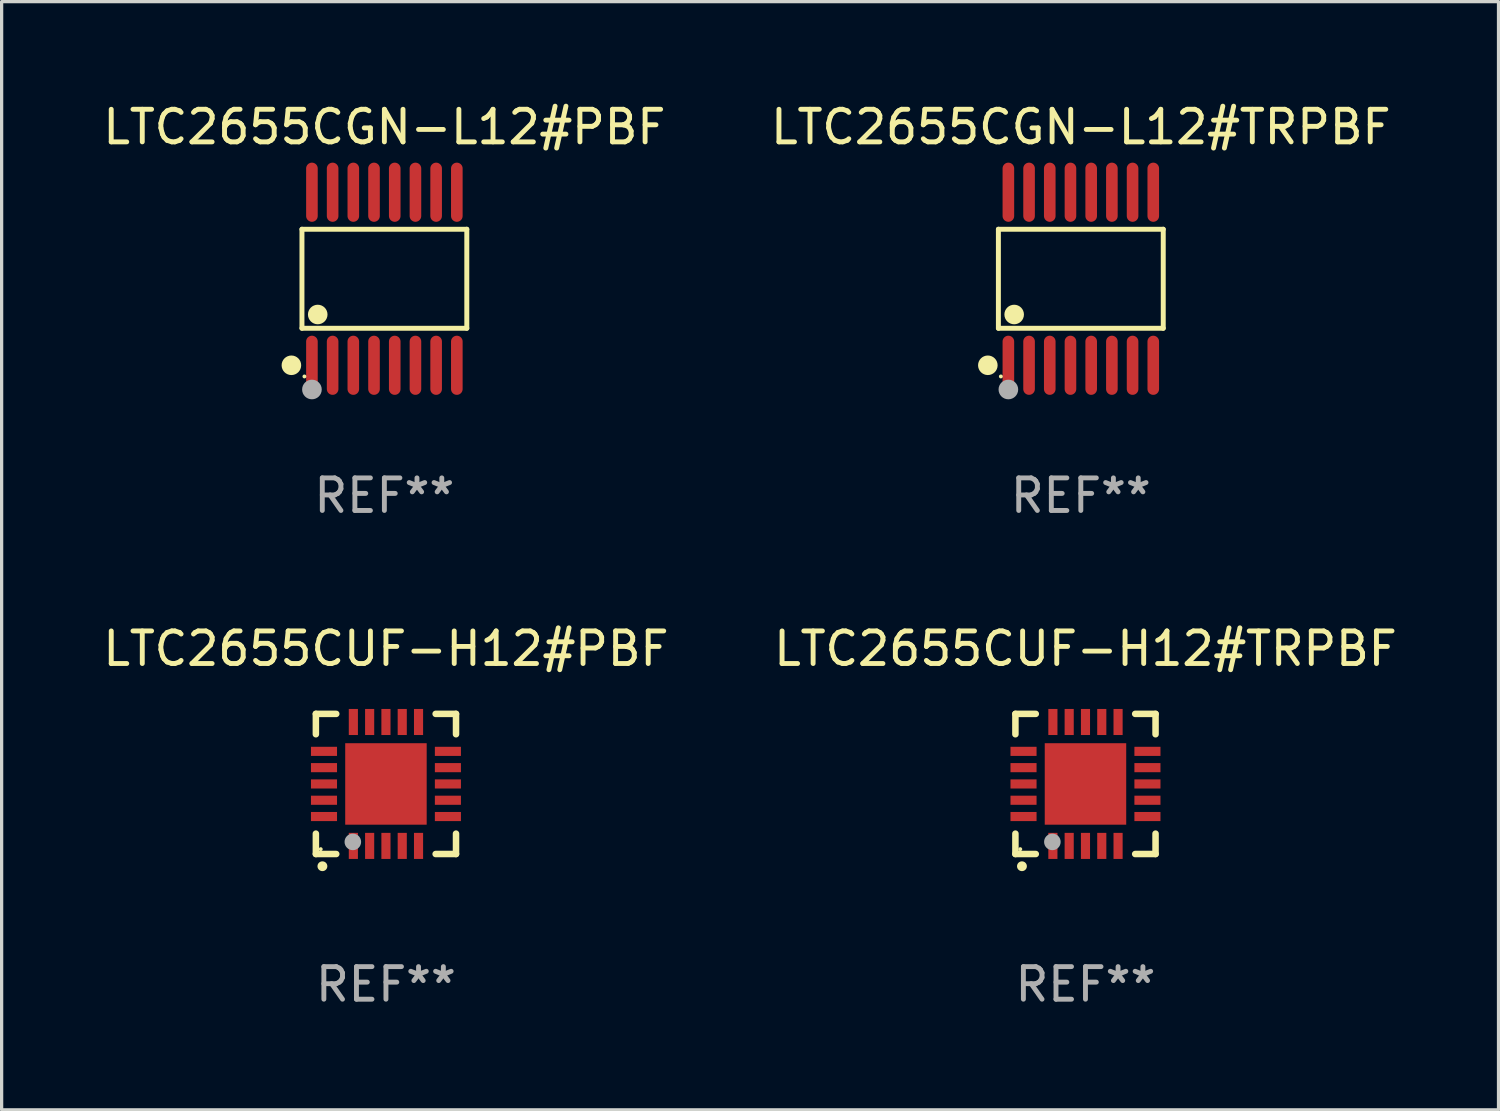
<source format=kicad_pcb>
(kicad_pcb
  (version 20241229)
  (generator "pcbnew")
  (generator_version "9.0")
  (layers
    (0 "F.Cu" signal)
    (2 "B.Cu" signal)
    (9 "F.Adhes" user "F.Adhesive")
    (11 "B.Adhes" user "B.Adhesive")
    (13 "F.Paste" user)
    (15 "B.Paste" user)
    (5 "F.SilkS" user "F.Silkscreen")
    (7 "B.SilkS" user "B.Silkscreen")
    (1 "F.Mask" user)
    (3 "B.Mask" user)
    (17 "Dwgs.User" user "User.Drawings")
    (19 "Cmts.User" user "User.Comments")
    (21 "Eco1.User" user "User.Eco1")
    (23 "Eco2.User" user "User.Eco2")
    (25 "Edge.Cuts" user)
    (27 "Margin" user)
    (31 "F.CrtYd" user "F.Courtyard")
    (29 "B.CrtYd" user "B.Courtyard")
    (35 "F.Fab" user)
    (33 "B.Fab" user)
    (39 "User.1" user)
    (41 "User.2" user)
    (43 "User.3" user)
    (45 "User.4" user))
  (footprint "LTC2655CGN-L12#PBF"
    (layer "F.Cu")
    (at 8.744 5.503)
    (property "Reference" "LTC2655CGN-L12#PBF" (at 0 -4.655 0) (layer "F.SilkS") (effects (font (size 1 1) (thickness 0.15))))
    (attr through_hole)
    (fp_line (start -2.529 -1.519) (end 2.529 -1.519) (stroke (width 0.152) (type solid)) (layer "F.SilkS"))
    (fp_line (start -2.529 1.519) (end -2.529 -1.519) (stroke (width 0.152) (type solid)) (layer "F.SilkS"))
    (fp_line (start 2.529 -1.519) (end 2.529 1.519) (stroke (width 0.152) (type solid)) (layer "F.SilkS"))
    (fp_line (start 2.529 1.519) (end -2.529 1.519) (stroke (width 0.152) (type solid)) (layer "F.SilkS"))
    (fp_circle (center -2.853 2.655) (end -2.703 2.655) (stroke (width 0.3) (type solid)) (fill no) (layer "F.SilkS"))
    (fp_circle (center -2.453 2.998) (end -2.423 2.998) (stroke (width 0.06) (type solid)) (fill no) (layer "F.SilkS"))
    (fp_circle (center -2.045 1.097) (end -1.895 1.097) (stroke (width 0.3) (type solid)) (fill no) (layer "F.SilkS"))
    (fp_circle (center -2.223 3.398) (end -2.072 3.398) (stroke (width 0.3) (type solid)) (fill no) (layer "F.Fab"))
    (fp_text user "REF**" (at 0 6.655 0) (layer "F.Fab") (effects (font (size 1 1) (thickness 0.15))))
    (pad "1" smd oval (at -2.223 2.655) (size 0.356 1.815) (layers "F.Cu" "F.Mask" "F.Paste"))
    (pad "2" smd oval (at -1.588 2.655) (size 0.356 1.815) (layers "F.Cu" "F.Mask" "F.Paste"))
    (pad "3" smd oval (at -0.953 2.655) (size 0.356 1.815) (layers "F.Cu" "F.Mask" "F.Paste"))
    (pad "4" smd oval (at -0.318 2.655) (size 0.356 1.815) (layers "F.Cu" "F.Mask" "F.Paste"))
    (pad "5" smd oval (at 0.318 2.655) (size 0.356 1.815) (layers "F.Cu" "F.Mask" "F.Paste"))
    (pad "6" smd oval (at 0.953 2.655) (size 0.356 1.815) (layers "F.Cu" "F.Mask" "F.Paste"))
    (pad "7" smd oval (at 1.588 2.655) (size 0.356 1.815) (layers "F.Cu" "F.Mask" "F.Paste"))
    (pad "8" smd oval (at 2.223 2.655) (size 0.356 1.815) (layers "F.Cu" "F.Mask" "F.Paste"))
    (pad "9" smd oval (at 2.223 -2.655) (size 0.356 1.815) (layers "F.Cu" "F.Mask" "F.Paste"))
    (pad "10" smd oval (at 1.588 -2.655) (size 0.356 1.815) (layers "F.Cu" "F.Mask" "F.Paste"))
    (pad "11" smd oval (at 0.953 -2.655) (size 0.356 1.815) (layers "F.Cu" "F.Mask" "F.Paste"))
    (pad "12" smd oval (at 0.318 -2.655) (size 0.356 1.815) (layers "F.Cu" "F.Mask" "F.Paste"))
    (pad "13" smd oval (at -0.318 -2.655) (size 0.356 1.815) (layers "F.Cu" "F.Mask" "F.Paste"))
    (pad "14" smd oval (at -0.953 -2.655) (size 0.356 1.815) (layers "F.Cu" "F.Mask" "F.Paste"))
    (pad "15" smd oval (at -1.588 -2.655) (size 0.356 1.815) (layers "F.Cu" "F.Mask" "F.Paste"))
    (pad "16" smd oval (at -2.223 -2.655) (size 0.356 1.815) (layers "F.Cu" "F.Mask" "F.Paste")))
  (footprint "LTC2655CUF-H12#PBF"
    (layer "F.Cu")
    (at 8.792 21.004)
    (property "Reference" "LTC2655CUF-H12#PBF" (at 0 -4.15 0) (layer "F.SilkS") (effects (font (size 1 1) (thickness 0.15))))
    (attr through_hole)
    (fp_line (start -2.15 -2.15) (end -2.15 -1.525) (stroke (width 0.2) (type solid)) (layer "F.SilkS"))
    (fp_line (start -2.15 2.15) (end -2.15 1.525) (stroke (width 0.2) (type solid)) (layer "F.SilkS"))
    (fp_line (start -1.525 -2.15) (end -2.15 -2.15) (stroke (width 0.2) (type solid)) (layer "F.SilkS"))
    (fp_line (start -1.525 2.15) (end -2.15 2.15) (stroke (width 0.2) (type solid)) (layer "F.SilkS"))
    (fp_line (start 1.525 2.15) (end 2.15 2.15) (stroke (width 0.2) (type solid)) (layer "F.SilkS"))
    (fp_line (start 2.15 -2.15) (end 1.525 -2.15) (stroke (width 0.2) (type solid)) (layer "F.SilkS"))
    (fp_line (start 2.15 -1.525) (end 2.15 -2.15) (stroke (width 0.2) (type solid)) (layer "F.SilkS"))
    (fp_line (start 2.15 2.15) (end 2.15 1.525) (stroke (width 0.2) (type solid)) (layer "F.SilkS"))
    (fp_arc (start -1.950724 2.524765) (mid -1.949454 2.52476) (end -1.948184 2.524765) (stroke (width 0.3) (type solid)) (layer "F.SilkS"))
    (fp_circle (center -2.001 2.001) (end -1.971 2.001) (stroke (width 0.06) (type solid)) (fill no) (layer "F.SilkS"))
    (fp_circle (center -1.016 1.778) (end -0.889 1.778) (stroke (width 0.254) (type solid)) (fill no) (layer "F.Fab"))
    (fp_text user "REF**" (at 0 6.15 0) (layer "F.Fab") (effects (font (size 1 1) (thickness 0.15))))
    (pad "1" smd rect (at -1 1.901) (size 0.28 0.8) (layers "F.Cu" "F.Mask" "F.Paste"))
    (pad "2" smd rect (at -0.5 1.901) (size 0.28 0.8) (layers "F.Cu" "F.Mask" "F.Paste"))
    (pad "3" smd rect (at 0 1.901) (size 0.28 0.8) (layers "F.Cu" "F.Mask" "F.Paste"))
    (pad "4" smd rect (at 0.5 1.901) (size 0.28 0.8) (layers "F.Cu" "F.Mask" "F.Paste"))
    (pad "5" smd rect (at 1 1.901) (size 0.28 0.8) (layers "F.Cu" "F.Mask" "F.Paste"))
    (pad "6" smd rect (at 1.901 1) (size 0.8 0.28) (layers "F.Cu" "F.Mask" "F.Paste"))
    (pad "7" smd rect (at 1.901 0.5) (size 0.8 0.28) (layers "F.Cu" "F.Mask" "F.Paste"))
    (pad "8" smd rect (at 1.901 0) (size 0.8 0.28) (layers "F.Cu" "F.Mask" "F.Paste"))
    (pad "9" smd rect (at 1.901 -0.5) (size 0.8 0.28) (layers "F.Cu" "F.Mask" "F.Paste"))
    (pad "10" smd rect (at 1.901 -1) (size 0.8 0.28) (layers "F.Cu" "F.Mask" "F.Paste"))
    (pad "11" smd rect (at 1 -1.901) (size 0.28 0.8) (layers "F.Cu" "F.Mask" "F.Paste"))
    (pad "12" smd rect (at 0.5 -1.901) (size 0.28 0.8) (layers "F.Cu" "F.Mask" "F.Paste"))
    (pad "13" smd rect (at 0 -1.901) (size 0.28 0.8) (layers "F.Cu" "F.Mask" "F.Paste"))
    (pad "14" smd rect (at -0.5 -1.901) (size 0.28 0.8) (layers "F.Cu" "F.Mask" "F.Paste"))
    (pad "15" smd rect (at -1 -1.901) (size 0.28 0.8) (layers "F.Cu" "F.Mask" "F.Paste"))
    (pad "16" smd rect (at -1.901 -1) (size 0.8 0.28) (layers "F.Cu" "F.Mask" "F.Paste"))
    (pad "17" smd rect (at -1.901 -0.5) (size 0.8 0.28) (layers "F.Cu" "F.Mask" "F.Paste"))
    (pad "18" smd rect (at -1.901 0) (size 0.8 0.28) (layers "F.Cu" "F.Mask" "F.Paste"))
    (pad "19" smd rect (at -1.901 0.5) (size 0.8 0.28) (layers "F.Cu" "F.Mask" "F.Paste"))
    (pad "20" smd rect (at -1.901 1) (size 0.8 0.28) (layers "F.Cu" "F.Mask" "F.Paste"))
    (pad "21" smd rect (at 0 0) (size 2.5 2.5) (layers "F.Cu" "F.Mask" "F.Paste")))
  (footprint "LTC2655CGN-L12#TRPBF"
    (layer "F.Cu")
    (at 30.113 5.503)
    (property "Reference" "LTC2655CGN-L12#TRPBF" (at 0 -4.655 0) (layer "F.SilkS") (effects (font (size 1 1) (thickness 0.15))))
    (attr through_hole)
    (fp_line (start -2.529 -1.519) (end 2.529 -1.519) (stroke (width 0.152) (type solid)) (layer "F.SilkS"))
    (fp_line (start -2.529 1.519) (end -2.529 -1.519) (stroke (width 0.152) (type solid)) (layer "F.SilkS"))
    (fp_line (start 2.529 -1.519) (end 2.529 1.519) (stroke (width 0.152) (type solid)) (layer "F.SilkS"))
    (fp_line (start 2.529 1.519) (end -2.529 1.519) (stroke (width 0.152) (type solid)) (layer "F.SilkS"))
    (fp_circle (center -2.853 2.655) (end -2.703 2.655) (stroke (width 0.3) (type solid)) (fill no) (layer "F.SilkS"))
    (fp_circle (center -2.453 2.998) (end -2.423 2.998) (stroke (width 0.06) (type solid)) (fill no) (layer "F.SilkS"))
    (fp_circle (center -2.045 1.097) (end -1.895 1.097) (stroke (width 0.3) (type solid)) (fill no) (layer "F.SilkS"))
    (fp_circle (center -2.223 3.398) (end -2.072 3.398) (stroke (width 0.3) (type solid)) (fill no) (layer "F.Fab"))
    (fp_text user "REF**" (at 0 6.655 0) (layer "F.Fab") (effects (font (size 1 1) (thickness 0.15))))
    (pad "1" smd oval (at -2.223 2.655) (size 0.356 1.815) (layers "F.Cu" "F.Mask" "F.Paste"))
    (pad "2" smd oval (at -1.588 2.655) (size 0.356 1.815) (layers "F.Cu" "F.Mask" "F.Paste"))
    (pad "3" smd oval (at -0.953 2.655) (size 0.356 1.815) (layers "F.Cu" "F.Mask" "F.Paste"))
    (pad "4" smd oval (at -0.318 2.655) (size 0.356 1.815) (layers "F.Cu" "F.Mask" "F.Paste"))
    (pad "5" smd oval (at 0.318 2.655) (size 0.356 1.815) (layers "F.Cu" "F.Mask" "F.Paste"))
    (pad "6" smd oval (at 0.953 2.655) (size 0.356 1.815) (layers "F.Cu" "F.Mask" "F.Paste"))
    (pad "7" smd oval (at 1.588 2.655) (size 0.356 1.815) (layers "F.Cu" "F.Mask" "F.Paste"))
    (pad "8" smd oval (at 2.223 2.655) (size 0.356 1.815) (layers "F.Cu" "F.Mask" "F.Paste"))
    (pad "9" smd oval (at 2.223 -2.655) (size 0.356 1.815) (layers "F.Cu" "F.Mask" "F.Paste"))
    (pad "10" smd oval (at 1.588 -2.655) (size 0.356 1.815) (layers "F.Cu" "F.Mask" "F.Paste"))
    (pad "11" smd oval (at 0.953 -2.655) (size 0.356 1.815) (layers "F.Cu" "F.Mask" "F.Paste"))
    (pad "12" smd oval (at 0.318 -2.655) (size 0.356 1.815) (layers "F.Cu" "F.Mask" "F.Paste"))
    (pad "13" smd oval (at -0.318 -2.655) (size 0.356 1.815) (layers "F.Cu" "F.Mask" "F.Paste"))
    (pad "14" smd oval (at -0.953 -2.655) (size 0.356 1.815) (layers "F.Cu" "F.Mask" "F.Paste"))
    (pad "15" smd oval (at -1.588 -2.655) (size 0.356 1.815) (layers "F.Cu" "F.Mask" "F.Paste"))
    (pad "16" smd oval (at -2.223 -2.655) (size 0.356 1.815) (layers "F.Cu" "F.Mask" "F.Paste")))
  (footprint "LTC2655CUF-H12#TRPBF"
    (layer "F.Cu")
    (at 30.256 21.004)
    (property "Reference" "LTC2655CUF-H12#TRPBF" (at 0 -4.15 0) (layer "F.SilkS") (effects (font (size 1 1) (thickness 0.15))))
    (attr through_hole)
    (fp_line (start -2.15 -2.15) (end -2.15 -1.525) (stroke (width 0.2) (type solid)) (layer "F.SilkS"))
    (fp_line (start -2.15 2.15) (end -2.15 1.525) (stroke (width 0.2) (type solid)) (layer "F.SilkS"))
    (fp_line (start -1.525 -2.15) (end -2.15 -2.15) (stroke (width 0.2) (type solid)) (layer "F.SilkS"))
    (fp_line (start -1.525 2.15) (end -2.15 2.15) (stroke (width 0.2) (type solid)) (layer "F.SilkS"))
    (fp_line (start 1.525 2.15) (end 2.15 2.15) (stroke (width 0.2) (type solid)) (layer "F.SilkS"))
    (fp_line (start 2.15 -2.15) (end 1.525 -2.15) (stroke (width 0.2) (type solid)) (layer "F.SilkS"))
    (fp_line (start 2.15 -1.525) (end 2.15 -2.15) (stroke (width 0.2) (type solid)) (layer "F.SilkS"))
    (fp_line (start 2.15 2.15) (end 2.15 1.525) (stroke (width 0.2) (type solid)) (layer "F.SilkS"))
    (fp_arc (start -1.950724 2.524765) (mid -1.949454 2.52476) (end -1.948184 2.524765) (stroke (width 0.3) (type solid)) (layer "F.SilkS"))
    (fp_circle (center -2.001 2.001) (end -1.971 2.001) (stroke (width 0.06) (type solid)) (fill no) (layer "F.SilkS"))
    (fp_circle (center -1.016 1.778) (end -0.889 1.778) (stroke (width 0.254) (type solid)) (fill no) (layer "F.Fab"))
    (fp_text user "REF**" (at 0 6.15 0) (layer "F.Fab") (effects (font (size 1 1) (thickness 0.15))))
    (pad "1" smd rect (at -1 1.901) (size 0.28 0.8) (layers "F.Cu" "F.Mask" "F.Paste"))
    (pad "2" smd rect (at -0.5 1.901) (size 0.28 0.8) (layers "F.Cu" "F.Mask" "F.Paste"))
    (pad "3" smd rect (at 0 1.901) (size 0.28 0.8) (layers "F.Cu" "F.Mask" "F.Paste"))
    (pad "4" smd rect (at 0.5 1.901) (size 0.28 0.8) (layers "F.Cu" "F.Mask" "F.Paste"))
    (pad "5" smd rect (at 1 1.901) (size 0.28 0.8) (layers "F.Cu" "F.Mask" "F.Paste"))
    (pad "6" smd rect (at 1.901 1) (size 0.8 0.28) (layers "F.Cu" "F.Mask" "F.Paste"))
    (pad "7" smd rect (at 1.901 0.5) (size 0.8 0.28) (layers "F.Cu" "F.Mask" "F.Paste"))
    (pad "8" smd rect (at 1.901 0) (size 0.8 0.28) (layers "F.Cu" "F.Mask" "F.Paste"))
    (pad "9" smd rect (at 1.901 -0.5) (size 0.8 0.28) (layers "F.Cu" "F.Mask" "F.Paste"))
    (pad "10" smd rect (at 1.901 -1) (size 0.8 0.28) (layers "F.Cu" "F.Mask" "F.Paste"))
    (pad "11" smd rect (at 1 -1.901) (size 0.28 0.8) (layers "F.Cu" "F.Mask" "F.Paste"))
    (pad "12" smd rect (at 0.5 -1.901) (size 0.28 0.8) (layers "F.Cu" "F.Mask" "F.Paste"))
    (pad "13" smd rect (at 0 -1.901) (size 0.28 0.8) (layers "F.Cu" "F.Mask" "F.Paste"))
    (pad "14" smd rect (at -0.5 -1.901) (size 0.28 0.8) (layers "F.Cu" "F.Mask" "F.Paste"))
    (pad "15" smd rect (at -1 -1.901) (size 0.28 0.8) (layers "F.Cu" "F.Mask" "F.Paste"))
    (pad "16" smd rect (at -1.901 -1) (size 0.8 0.28) (layers "F.Cu" "F.Mask" "F.Paste"))
    (pad "17" smd rect (at -1.901 -0.5) (size 0.8 0.28) (layers "F.Cu" "F.Mask" "F.Paste"))
    (pad "18" smd rect (at -1.901 0) (size 0.8 0.28) (layers "F.Cu" "F.Mask" "F.Paste"))
    (pad "19" smd rect (at -1.901 0.5) (size 0.8 0.28) (layers "F.Cu" "F.Mask" "F.Paste"))
    (pad "20" smd rect (at -1.901 1) (size 0.8 0.28) (layers "F.Cu" "F.Mask" "F.Paste"))
    (pad "21" smd rect (at 0 0) (size 2.5 2.5) (layers "F.Cu" "F.Mask" "F.Paste")))
  (gr_rect
    (start -3 -3)
    (end 42.929 31.003)
    (stroke (width 0.1) (type default))
    (fill no)
    (layer "Edge.Cuts")))
</source>
